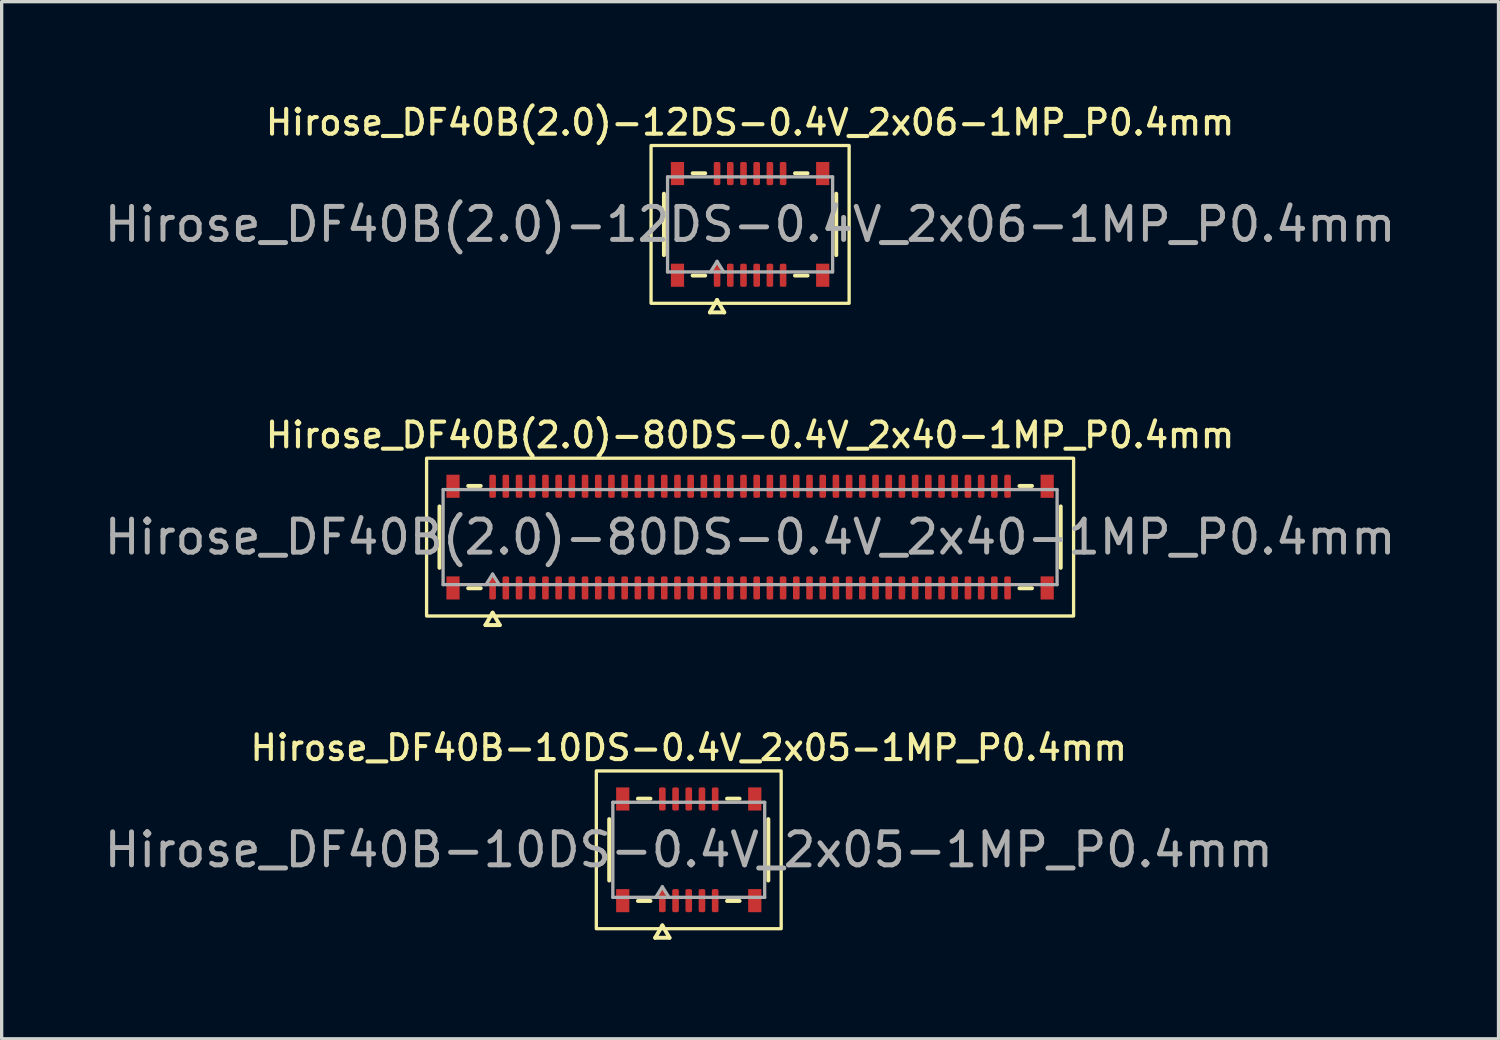
<source format=kicad_pcb>
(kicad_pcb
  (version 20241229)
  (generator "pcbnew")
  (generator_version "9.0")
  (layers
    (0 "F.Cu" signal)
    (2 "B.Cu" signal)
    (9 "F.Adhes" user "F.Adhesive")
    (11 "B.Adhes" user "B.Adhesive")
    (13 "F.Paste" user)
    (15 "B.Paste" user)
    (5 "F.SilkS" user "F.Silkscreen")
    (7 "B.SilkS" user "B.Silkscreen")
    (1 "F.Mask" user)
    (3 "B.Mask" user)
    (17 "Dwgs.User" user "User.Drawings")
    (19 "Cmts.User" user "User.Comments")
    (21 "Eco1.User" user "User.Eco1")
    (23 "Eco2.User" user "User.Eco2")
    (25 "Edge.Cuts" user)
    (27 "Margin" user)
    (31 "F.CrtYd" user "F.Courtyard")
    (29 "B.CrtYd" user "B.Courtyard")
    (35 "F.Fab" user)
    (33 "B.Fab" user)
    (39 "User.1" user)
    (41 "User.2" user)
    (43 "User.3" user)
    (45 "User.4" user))
  (footprint "Hirose_DF40B-10DS-0.4V_2x05-1MP_P0.4mm"
    (layer "F.Cu")
    (at 17.815 22.694)
    (property "Reference" "Hirose_DF40B-10DS-0.4V_2x05-1MP_P0.4mm" (at 0 -3.09 0) (layer "F.SilkS") (effects (font (size 0.75 0.75) (thickness 0.125))))
    (attr smd)
    (fp_line (start -2.41 0.93) (end -2.41 -0.93) (stroke (width 0.12) (type solid)) (layer "F.SilkS"))
    (fp_line (start -1.54 -1.55) (end -1.16 -1.55) (stroke (width 0.12) (type solid)) (layer "F.SilkS"))
    (fp_line (start -1.16 1.55) (end -1.54 1.55) (stroke (width 0.12) (type solid)) (layer "F.SilkS"))
    (fp_line (start -1.017 2.665) (end -0.8 2.29) (stroke (width 0.12) (type solid)) (layer "F.SilkS"))
    (fp_line (start -0.8 2.29) (end -0.583 2.665) (stroke (width 0.12) (type solid)) (layer "F.SilkS"))
    (fp_line (start -0.583 2.665) (end -1.017 2.665) (stroke (width 0.12) (type solid)) (layer "F.SilkS"))
    (fp_line (start 1.16 -1.55) (end 1.54 -1.55) (stroke (width 0.12) (type solid)) (layer "F.SilkS"))
    (fp_line (start 1.54 1.55) (end 1.16 1.55) (stroke (width 0.12) (type solid)) (layer "F.SilkS"))
    (fp_line (start 2.41 -0.93) (end 2.41 0.93) (stroke (width 0.12) (type solid)) (layer "F.SilkS"))
    (fp_rect (start -2.8 -2.39) (end 2.8 2.39) (stroke (width 0.1) (type solid)) (fill no) (layer "F.SilkS"))
    (fp_line (start -2.3 -1.44) (end 2.3 -1.44) (stroke (width 0.1) (type solid)) (layer "F.Fab"))
    (fp_line (start -2.3 1.44) (end -2.3 -1.44) (stroke (width 0.1) (type solid)) (layer "F.Fab"))
    (fp_line (start -1 1.44) (end -0.8 1.12) (stroke (width 0.1) (type solid)) (layer "F.Fab"))
    (fp_line (start -0.8 1.12) (end -0.6 1.44) (stroke (width 0.1) (type solid)) (layer "F.Fab"))
    (fp_line (start 2.3 -1.44) (end 2.3 1.44) (stroke (width 0.1) (type solid)) (layer "F.Fab"))
    (fp_line (start 2.3 1.44) (end -2.3 1.44) (stroke (width 0.1) (type solid)) (layer "F.Fab"))
    (fp_text user "${REFERENCE}" (at 0 0 0) (layer "F.Fab") (effects (font (size 1 1) (thickness 0.15))))
    (pad "1" smd roundrect (at -0.8 1.54) (size 0.2 0.7) (layers "F.Cu" "F.Mask" "F.Paste") (roundrect_rratio 0.25))
    (pad "2" smd roundrect (at -0.8 -1.54) (size 0.2 0.7) (layers "F.Cu" "F.Mask" "F.Paste") (roundrect_rratio 0.25))
    (pad "3" smd roundrect (at -0.4 1.54) (size 0.2 0.7) (layers "F.Cu" "F.Mask" "F.Paste") (roundrect_rratio 0.25))
    (pad "4" smd roundrect (at -0.4 -1.54) (size 0.2 0.7) (layers "F.Cu" "F.Mask" "F.Paste") (roundrect_rratio 0.25))
    (pad "5" smd roundrect (at 0 1.54) (size 0.2 0.7) (layers "F.Cu" "F.Mask" "F.Paste") (roundrect_rratio 0.25))
    (pad "6" smd roundrect (at 0 -1.54) (size 0.2 0.7) (layers "F.Cu" "F.Mask" "F.Paste") (roundrect_rratio 0.25))
    (pad "7" smd roundrect (at 0.4 1.54) (size 0.2 0.7) (layers "F.Cu" "F.Mask" "F.Paste") (roundrect_rratio 0.25))
    (pad "8" smd roundrect (at 0.4 -1.54) (size 0.2 0.7) (layers "F.Cu" "F.Mask" "F.Paste") (roundrect_rratio 0.25))
    (pad "9" smd roundrect (at 0.8 1.54) (size 0.2 0.7) (layers "F.Cu" "F.Mask" "F.Paste") (roundrect_rratio 0.25))
    (pad "10" smd roundrect (at 0.8 -1.54) (size 0.2 0.7) (layers "F.Cu" "F.Mask" "F.Paste") (roundrect_rratio 0.25))
    (pad "MP" smd rect (at -2 -1.54) (size 0.4 0.7) (layers "F.Cu" "F.Mask" "F.Paste"))
    (pad "MP" smd rect (at -2 1.54) (size 0.4 0.7) (layers "F.Cu" "F.Mask" "F.Paste"))
    (pad "MP" smd rect (at 2 -1.54) (size 0.4 0.7) (layers "F.Cu" "F.Mask" "F.Paste"))
    (pad "MP" smd rect (at 2 1.54) (size 0.4 0.7) (layers "F.Cu" "F.Mask" "F.Paste")))
  (footprint "Hirose_DF40B(2.0)-12DS-0.4V_2x06-1MP_P0.4mm"
    (layer "F.Cu")
    (at 19.673 3.748)
    (property "Reference" "Hirose_DF40B(2.0)-12DS-0.4V_2x06-1MP_P0.4mm" (at 0 -3.09 0) (layer "F.SilkS") (effects (font (size 0.75 0.75) (thickness 0.125))))
    (attr smd)
    (fp_line (start -2.61 0.93) (end -2.61 -0.93) (stroke (width 0.12) (type solid)) (layer "F.SilkS"))
    (fp_line (start -1.74 -1.55) (end -1.36 -1.55) (stroke (width 0.12) (type solid)) (layer "F.SilkS"))
    (fp_line (start -1.36 1.55) (end -1.74 1.55) (stroke (width 0.12) (type solid)) (layer "F.SilkS"))
    (fp_line (start -1.217 2.665) (end -1 2.29) (stroke (width 0.12) (type solid)) (layer "F.SilkS"))
    (fp_line (start -1 2.29) (end -0.783 2.665) (stroke (width 0.12) (type solid)) (layer "F.SilkS"))
    (fp_line (start -0.783 2.665) (end -1.217 2.665) (stroke (width 0.12) (type solid)) (layer "F.SilkS"))
    (fp_line (start 1.36 -1.55) (end 1.74 -1.55) (stroke (width 0.12) (type solid)) (layer "F.SilkS"))
    (fp_line (start 1.74 1.55) (end 1.36 1.55) (stroke (width 0.12) (type solid)) (layer "F.SilkS"))
    (fp_line (start 2.61 -0.93) (end 2.61 0.93) (stroke (width 0.12) (type solid)) (layer "F.SilkS"))
    (fp_rect (start -3 -2.39) (end 3 2.39) (stroke (width 0.1) (type solid)) (fill no) (layer "F.SilkS"))
    (fp_line (start -2.5 -1.44) (end 2.5 -1.44) (stroke (width 0.1) (type solid)) (layer "F.Fab"))
    (fp_line (start -2.5 1.44) (end -2.5 -1.44) (stroke (width 0.1) (type solid)) (layer "F.Fab"))
    (fp_line (start -1.2 1.44) (end -1 1.12) (stroke (width 0.1) (type solid)) (layer "F.Fab"))
    (fp_line (start -1 1.12) (end -0.8 1.44) (stroke (width 0.1) (type solid)) (layer "F.Fab"))
    (fp_line (start 2.5 -1.44) (end 2.5 1.44) (stroke (width 0.1) (type solid)) (layer "F.Fab"))
    (fp_line (start 2.5 1.44) (end -2.5 1.44) (stroke (width 0.1) (type solid)) (layer "F.Fab"))
    (fp_text user "${REFERENCE}" (at 0 0 0) (layer "F.Fab") (effects (font (size 1 1) (thickness 0.15))))
    (pad "1" smd roundrect (at -1 1.54) (size 0.2 0.7) (layers "F.Cu" "F.Mask" "F.Paste") (roundrect_rratio 0.25))
    (pad "2" smd roundrect (at -1 -1.54) (size 0.2 0.7) (layers "F.Cu" "F.Mask" "F.Paste") (roundrect_rratio 0.25))
    (pad "3" smd roundrect (at -0.6 1.54) (size 0.2 0.7) (layers "F.Cu" "F.Mask" "F.Paste") (roundrect_rratio 0.25))
    (pad "4" smd roundrect (at -0.6 -1.54) (size 0.2 0.7) (layers "F.Cu" "F.Mask" "F.Paste") (roundrect_rratio 0.25))
    (pad "5" smd roundrect (at -0.2 1.54) (size 0.2 0.7) (layers "F.Cu" "F.Mask" "F.Paste") (roundrect_rratio 0.25))
    (pad "6" smd roundrect (at -0.2 -1.54) (size 0.2 0.7) (layers "F.Cu" "F.Mask" "F.Paste") (roundrect_rratio 0.25))
    (pad "7" smd roundrect (at 0.2 1.54) (size 0.2 0.7) (layers "F.Cu" "F.Mask" "F.Paste") (roundrect_rratio 0.25))
    (pad "8" smd roundrect (at 0.2 -1.54) (size 0.2 0.7) (layers "F.Cu" "F.Mask" "F.Paste") (roundrect_rratio 0.25))
    (pad "9" smd roundrect (at 0.6 1.54) (size 0.2 0.7) (layers "F.Cu" "F.Mask" "F.Paste") (roundrect_rratio 0.25))
    (pad "10" smd roundrect (at 0.6 -1.54) (size 0.2 0.7) (layers "F.Cu" "F.Mask" "F.Paste") (roundrect_rratio 0.25))
    (pad "11" smd roundrect (at 1 1.54) (size 0.2 0.7) (layers "F.Cu" "F.Mask" "F.Paste") (roundrect_rratio 0.25))
    (pad "12" smd roundrect (at 1 -1.54) (size 0.2 0.7) (layers "F.Cu" "F.Mask" "F.Paste") (roundrect_rratio 0.25))
    (pad "MP" smd rect (at -2.2 -1.54) (size 0.4 0.7) (layers "F.Cu" "F.Mask" "F.Paste"))
    (pad "MP" smd rect (at -2.2 1.54) (size 0.4 0.7) (layers "F.Cu" "F.Mask" "F.Paste"))
    (pad "MP" smd rect (at 2.2 -1.54) (size 0.4 0.7) (layers "F.Cu" "F.Mask" "F.Paste"))
    (pad "MP" smd rect (at 2.2 1.54) (size 0.4 0.7) (layers "F.Cu" "F.Mask" "F.Paste")))
  (footprint "Hirose_DF40B(2.0)-80DS-0.4V_2x40-1MP_P0.4mm"
    (layer "F.Cu")
    (at 19.673 13.221)
    (property "Reference" "Hirose_DF40B(2.0)-80DS-0.4V_2x40-1MP_P0.4mm" (at 0 -3.09 0) (layer "F.SilkS") (effects (font (size 0.75 0.75) (thickness 0.125))))
    (attr smd)
    (fp_line (start -9.41 0.93) (end -9.41 -0.93) (stroke (width 0.12) (type solid)) (layer "F.SilkS"))
    (fp_line (start -8.54 -1.55) (end -8.16 -1.55) (stroke (width 0.12) (type solid)) (layer "F.SilkS"))
    (fp_line (start -8.16 1.55) (end -8.54 1.55) (stroke (width 0.12) (type solid)) (layer "F.SilkS"))
    (fp_line (start -8.017 2.665) (end -7.8 2.29) (stroke (width 0.12) (type solid)) (layer "F.SilkS"))
    (fp_line (start -7.8 2.29) (end -7.583 2.665) (stroke (width 0.12) (type solid)) (layer "F.SilkS"))
    (fp_line (start -7.583 2.665) (end -8.017 2.665) (stroke (width 0.12) (type solid)) (layer "F.SilkS"))
    (fp_line (start 8.16 -1.55) (end 8.54 -1.55) (stroke (width 0.12) (type solid)) (layer "F.SilkS"))
    (fp_line (start 8.54 1.55) (end 8.16 1.55) (stroke (width 0.12) (type solid)) (layer "F.SilkS"))
    (fp_line (start 9.41 -0.93) (end 9.41 0.93) (stroke (width 0.12) (type solid)) (layer "F.SilkS"))
    (fp_rect (start -9.8 -2.39) (end 9.8 2.39) (stroke (width 0.1) (type solid)) (fill no) (layer "F.SilkS"))
    (fp_line (start -9.3 -1.44) (end 9.3 -1.44) (stroke (width 0.1) (type solid)) (layer "F.Fab"))
    (fp_line (start -9.3 1.44) (end -9.3 -1.44) (stroke (width 0.1) (type solid)) (layer "F.Fab"))
    (fp_line (start -8 1.44) (end -7.8 1.12) (stroke (width 0.1) (type solid)) (layer "F.Fab"))
    (fp_line (start -7.8 1.12) (end -7.6 1.44) (stroke (width 0.1) (type solid)) (layer "F.Fab"))
    (fp_line (start 9.3 -1.44) (end 9.3 1.44) (stroke (width 0.1) (type solid)) (layer "F.Fab"))
    (fp_line (start 9.3 1.44) (end -9.3 1.44) (stroke (width 0.1) (type solid)) (layer "F.Fab"))
    (fp_text user "${REFERENCE}" (at 0 0 0) (layer "F.Fab") (effects (font (size 1 1) (thickness 0.15))))
    (pad "1" smd roundrect (at -7.8 1.54) (size 0.2 0.7) (layers "F.Cu" "F.Mask" "F.Paste") (roundrect_rratio 0.25))
    (pad "2" smd roundrect (at -7.8 -1.54) (size 0.2 0.7) (layers "F.Cu" "F.Mask" "F.Paste") (roundrect_rratio 0.25))
    (pad "3" smd roundrect (at -7.4 1.54) (size 0.2 0.7) (layers "F.Cu" "F.Mask" "F.Paste") (roundrect_rratio 0.25))
    (pad "4" smd roundrect (at -7.4 -1.54) (size 0.2 0.7) (layers "F.Cu" "F.Mask" "F.Paste") (roundrect_rratio 0.25))
    (pad "5" smd roundrect (at -7 1.54) (size 0.2 0.7) (layers "F.Cu" "F.Mask" "F.Paste") (roundrect_rratio 0.25))
    (pad "6" smd roundrect (at -7 -1.54) (size 0.2 0.7) (layers "F.Cu" "F.Mask" "F.Paste") (roundrect_rratio 0.25))
    (pad "7" smd roundrect (at -6.6 1.54) (size 0.2 0.7) (layers "F.Cu" "F.Mask" "F.Paste") (roundrect_rratio 0.25))
    (pad "8" smd roundrect (at -6.6 -1.54) (size 0.2 0.7) (layers "F.Cu" "F.Mask" "F.Paste") (roundrect_rratio 0.25))
    (pad "9" smd roundrect (at -6.2 1.54) (size 0.2 0.7) (layers "F.Cu" "F.Mask" "F.Paste") (roundrect_rratio 0.25))
    (pad "10" smd roundrect (at -6.2 -1.54) (size 0.2 0.7) (layers "F.Cu" "F.Mask" "F.Paste") (roundrect_rratio 0.25))
    (pad "11" smd roundrect (at -5.8 1.54) (size 0.2 0.7) (layers "F.Cu" "F.Mask" "F.Paste") (roundrect_rratio 0.25))
    (pad "12" smd roundrect (at -5.8 -1.54) (size 0.2 0.7) (layers "F.Cu" "F.Mask" "F.Paste") (roundrect_rratio 0.25))
    (pad "13" smd roundrect (at -5.4 1.54) (size 0.2 0.7) (layers "F.Cu" "F.Mask" "F.Paste") (roundrect_rratio 0.25))
    (pad "14" smd roundrect (at -5.4 -1.54) (size 0.2 0.7) (layers "F.Cu" "F.Mask" "F.Paste") (roundrect_rratio 0.25))
    (pad "15" smd roundrect (at -5 1.54) (size 0.2 0.7) (layers "F.Cu" "F.Mask" "F.Paste") (roundrect_rratio 0.25))
    (pad "16" smd roundrect (at -5 -1.54) (size 0.2 0.7) (layers "F.Cu" "F.Mask" "F.Paste") (roundrect_rratio 0.25))
    (pad "17" smd roundrect (at -4.6 1.54) (size 0.2 0.7) (layers "F.Cu" "F.Mask" "F.Paste") (roundrect_rratio 0.25))
    (pad "18" smd roundrect (at -4.6 -1.54) (size 0.2 0.7) (layers "F.Cu" "F.Mask" "F.Paste") (roundrect_rratio 0.25))
    (pad "19" smd roundrect (at -4.2 1.54) (size 0.2 0.7) (layers "F.Cu" "F.Mask" "F.Paste") (roundrect_rratio 0.25))
    (pad "20" smd roundrect (at -4.2 -1.54) (size 0.2 0.7) (layers "F.Cu" "F.Mask" "F.Paste") (roundrect_rratio 0.25))
    (pad "21" smd roundrect (at -3.8 1.54) (size 0.2 0.7) (layers "F.Cu" "F.Mask" "F.Paste") (roundrect_rratio 0.25))
    (pad "22" smd roundrect (at -3.8 -1.54) (size 0.2 0.7) (layers "F.Cu" "F.Mask" "F.Paste") (roundrect_rratio 0.25))
    (pad "23" smd roundrect (at -3.4 1.54) (size 0.2 0.7) (layers "F.Cu" "F.Mask" "F.Paste") (roundrect_rratio 0.25))
    (pad "24" smd roundrect (at -3.4 -1.54) (size 0.2 0.7) (layers "F.Cu" "F.Mask" "F.Paste") (roundrect_rratio 0.25))
    (pad "25" smd roundrect (at -3 1.54) (size 0.2 0.7) (layers "F.Cu" "F.Mask" "F.Paste") (roundrect_rratio 0.25))
    (pad "26" smd roundrect (at -3 -1.54) (size 0.2 0.7) (layers "F.Cu" "F.Mask" "F.Paste") (roundrect_rratio 0.25))
    (pad "27" smd roundrect (at -2.6 1.54) (size 0.2 0.7) (layers "F.Cu" "F.Mask" "F.Paste") (roundrect_rratio 0.25))
    (pad "28" smd roundrect (at -2.6 -1.54) (size 0.2 0.7) (layers "F.Cu" "F.Mask" "F.Paste") (roundrect_rratio 0.25))
    (pad "29" smd roundrect (at -2.2 1.54) (size 0.2 0.7) (layers "F.Cu" "F.Mask" "F.Paste") (roundrect_rratio 0.25))
    (pad "30" smd roundrect (at -2.2 -1.54) (size 0.2 0.7) (layers "F.Cu" "F.Mask" "F.Paste") (roundrect_rratio 0.25))
    (pad "31" smd roundrect (at -1.8 1.54) (size 0.2 0.7) (layers "F.Cu" "F.Mask" "F.Paste") (roundrect_rratio 0.25))
    (pad "32" smd roundrect (at -1.8 -1.54) (size 0.2 0.7) (layers "F.Cu" "F.Mask" "F.Paste") (roundrect_rratio 0.25))
    (pad "33" smd roundrect (at -1.4 1.54) (size 0.2 0.7) (layers "F.Cu" "F.Mask" "F.Paste") (roundrect_rratio 0.25))
    (pad "34" smd roundrect (at -1.4 -1.54) (size 0.2 0.7) (layers "F.Cu" "F.Mask" "F.Paste") (roundrect_rratio 0.25))
    (pad "35" smd roundrect (at -1 1.54) (size 0.2 0.7) (layers "F.Cu" "F.Mask" "F.Paste") (roundrect_rratio 0.25))
    (pad "36" smd roundrect (at -1 -1.54) (size 0.2 0.7) (layers "F.Cu" "F.Mask" "F.Paste") (roundrect_rratio 0.25))
    (pad "37" smd roundrect (at -0.6 1.54) (size 0.2 0.7) (layers "F.Cu" "F.Mask" "F.Paste") (roundrect_rratio 0.25))
    (pad "38" smd roundrect (at -0.6 -1.54) (size 0.2 0.7) (layers "F.Cu" "F.Mask" "F.Paste") (roundrect_rratio 0.25))
    (pad "39" smd roundrect (at -0.2 1.54) (size 0.2 0.7) (layers "F.Cu" "F.Mask" "F.Paste") (roundrect_rratio 0.25))
    (pad "40" smd roundrect (at -0.2 -1.54) (size 0.2 0.7) (layers "F.Cu" "F.Mask" "F.Paste") (roundrect_rratio 0.25))
    (pad "41" smd roundrect (at 0.2 1.54) (size 0.2 0.7) (layers "F.Cu" "F.Mask" "F.Paste") (roundrect_rratio 0.25))
    (pad "42" smd roundrect (at 0.2 -1.54) (size 0.2 0.7) (layers "F.Cu" "F.Mask" "F.Paste") (roundrect_rratio 0.25))
    (pad "43" smd roundrect (at 0.6 1.54) (size 0.2 0.7) (layers "F.Cu" "F.Mask" "F.Paste") (roundrect_rratio 0.25))
    (pad "44" smd roundrect (at 0.6 -1.54) (size 0.2 0.7) (layers "F.Cu" "F.Mask" "F.Paste") (roundrect_rratio 0.25))
    (pad "45" smd roundrect (at 1 1.54) (size 0.2 0.7) (layers "F.Cu" "F.Mask" "F.Paste") (roundrect_rratio 0.25))
    (pad "46" smd roundrect (at 1 -1.54) (size 0.2 0.7) (layers "F.Cu" "F.Mask" "F.Paste") (roundrect_rratio 0.25))
    (pad "47" smd roundrect (at 1.4 1.54) (size 0.2 0.7) (layers "F.Cu" "F.Mask" "F.Paste") (roundrect_rratio 0.25))
    (pad "48" smd roundrect (at 1.4 -1.54) (size 0.2 0.7) (layers "F.Cu" "F.Mask" "F.Paste") (roundrect_rratio 0.25))
    (pad "49" smd roundrect (at 1.8 1.54) (size 0.2 0.7) (layers "F.Cu" "F.Mask" "F.Paste") (roundrect_rratio 0.25))
    (pad "50" smd roundrect (at 1.8 -1.54) (size 0.2 0.7) (layers "F.Cu" "F.Mask" "F.Paste") (roundrect_rratio 0.25))
    (pad "51" smd roundrect (at 2.2 1.54) (size 0.2 0.7) (layers "F.Cu" "F.Mask" "F.Paste") (roundrect_rratio 0.25))
    (pad "52" smd roundrect (at 2.2 -1.54) (size 0.2 0.7) (layers "F.Cu" "F.Mask" "F.Paste") (roundrect_rratio 0.25))
    (pad "53" smd roundrect (at 2.6 1.54) (size 0.2 0.7) (layers "F.Cu" "F.Mask" "F.Paste") (roundrect_rratio 0.25))
    (pad "54" smd roundrect (at 2.6 -1.54) (size 0.2 0.7) (layers "F.Cu" "F.Mask" "F.Paste") (roundrect_rratio 0.25))
    (pad "55" smd roundrect (at 3 1.54) (size 0.2 0.7) (layers "F.Cu" "F.Mask" "F.Paste") (roundrect_rratio 0.25))
    (pad "56" smd roundrect (at 3 -1.54) (size 0.2 0.7) (layers "F.Cu" "F.Mask" "F.Paste") (roundrect_rratio 0.25))
    (pad "57" smd roundrect (at 3.4 1.54) (size 0.2 0.7) (layers "F.Cu" "F.Mask" "F.Paste") (roundrect_rratio 0.25))
    (pad "58" smd roundrect (at 3.4 -1.54) (size 0.2 0.7) (layers "F.Cu" "F.Mask" "F.Paste") (roundrect_rratio 0.25))
    (pad "59" smd roundrect (at 3.8 1.54) (size 0.2 0.7) (layers "F.Cu" "F.Mask" "F.Paste") (roundrect_rratio 0.25))
    (pad "60" smd roundrect (at 3.8 -1.54) (size 0.2 0.7) (layers "F.Cu" "F.Mask" "F.Paste") (roundrect_rratio 0.25))
    (pad "61" smd roundrect (at 4.2 1.54) (size 0.2 0.7) (layers "F.Cu" "F.Mask" "F.Paste") (roundrect_rratio 0.25))
    (pad "62" smd roundrect (at 4.2 -1.54) (size 0.2 0.7) (layers "F.Cu" "F.Mask" "F.Paste") (roundrect_rratio 0.25))
    (pad "63" smd roundrect (at 4.6 1.54) (size 0.2 0.7) (layers "F.Cu" "F.Mask" "F.Paste") (roundrect_rratio 0.25))
    (pad "64" smd roundrect (at 4.6 -1.54) (size 0.2 0.7) (layers "F.Cu" "F.Mask" "F.Paste") (roundrect_rratio 0.25))
    (pad "65" smd roundrect (at 5 1.54) (size 0.2 0.7) (layers "F.Cu" "F.Mask" "F.Paste") (roundrect_rratio 0.25))
    (pad "66" smd roundrect (at 5 -1.54) (size 0.2 0.7) (layers "F.Cu" "F.Mask" "F.Paste") (roundrect_rratio 0.25))
    (pad "67" smd roundrect (at 5.4 1.54) (size 0.2 0.7) (layers "F.Cu" "F.Mask" "F.Paste") (roundrect_rratio 0.25))
    (pad "68" smd roundrect (at 5.4 -1.54) (size 0.2 0.7) (layers "F.Cu" "F.Mask" "F.Paste") (roundrect_rratio 0.25))
    (pad "69" smd roundrect (at 5.8 1.54) (size 0.2 0.7) (layers "F.Cu" "F.Mask" "F.Paste") (roundrect_rratio 0.25))
    (pad "70" smd roundrect (at 5.8 -1.54) (size 0.2 0.7) (layers "F.Cu" "F.Mask" "F.Paste") (roundrect_rratio 0.25))
    (pad "71" smd roundrect (at 6.2 1.54) (size 0.2 0.7) (layers "F.Cu" "F.Mask" "F.Paste") (roundrect_rratio 0.25))
    (pad "72" smd roundrect (at 6.2 -1.54) (size 0.2 0.7) (layers "F.Cu" "F.Mask" "F.Paste") (roundrect_rratio 0.25))
    (pad "73" smd roundrect (at 6.6 1.54) (size 0.2 0.7) (layers "F.Cu" "F.Mask" "F.Paste") (roundrect_rratio 0.25))
    (pad "74" smd roundrect (at 6.6 -1.54) (size 0.2 0.7) (layers "F.Cu" "F.Mask" "F.Paste") (roundrect_rratio 0.25))
    (pad "75" smd roundrect (at 7 1.54) (size 0.2 0.7) (layers "F.Cu" "F.Mask" "F.Paste") (roundrect_rratio 0.25))
    (pad "76" smd roundrect (at 7 -1.54) (size 0.2 0.7) (layers "F.Cu" "F.Mask" "F.Paste") (roundrect_rratio 0.25))
    (pad "77" smd roundrect (at 7.4 1.54) (size 0.2 0.7) (layers "F.Cu" "F.Mask" "F.Paste") (roundrect_rratio 0.25))
    (pad "78" smd roundrect (at 7.4 -1.54) (size 0.2 0.7) (layers "F.Cu" "F.Mask" "F.Paste") (roundrect_rratio 0.25))
    (pad "79" smd roundrect (at 7.8 1.54) (size 0.2 0.7) (layers "F.Cu" "F.Mask" "F.Paste") (roundrect_rratio 0.25))
    (pad "80" smd roundrect (at 7.8 -1.54) (size 0.2 0.7) (layers "F.Cu" "F.Mask" "F.Paste") (roundrect_rratio 0.25))
    (pad "MP" smd rect (at -9 -1.54) (size 0.4 0.7) (layers "F.Cu" "F.Mask" "F.Paste"))
    (pad "MP" smd rect (at -9 1.54) (size 0.4 0.7) (layers "F.Cu" "F.Mask" "F.Paste"))
    (pad "MP" smd rect (at 9 -1.54) (size 0.4 0.7) (layers "F.Cu" "F.Mask" "F.Paste"))
    (pad "MP" smd rect (at 9 1.54) (size 0.4 0.7) (layers "F.Cu" "F.Mask" "F.Paste")))
  (gr_rect
    (start -3 -3)
    (end 42.345 28.419)
    (stroke (width 0.1) (type default))
    (fill no)
    (layer "Edge.Cuts")))
</source>
